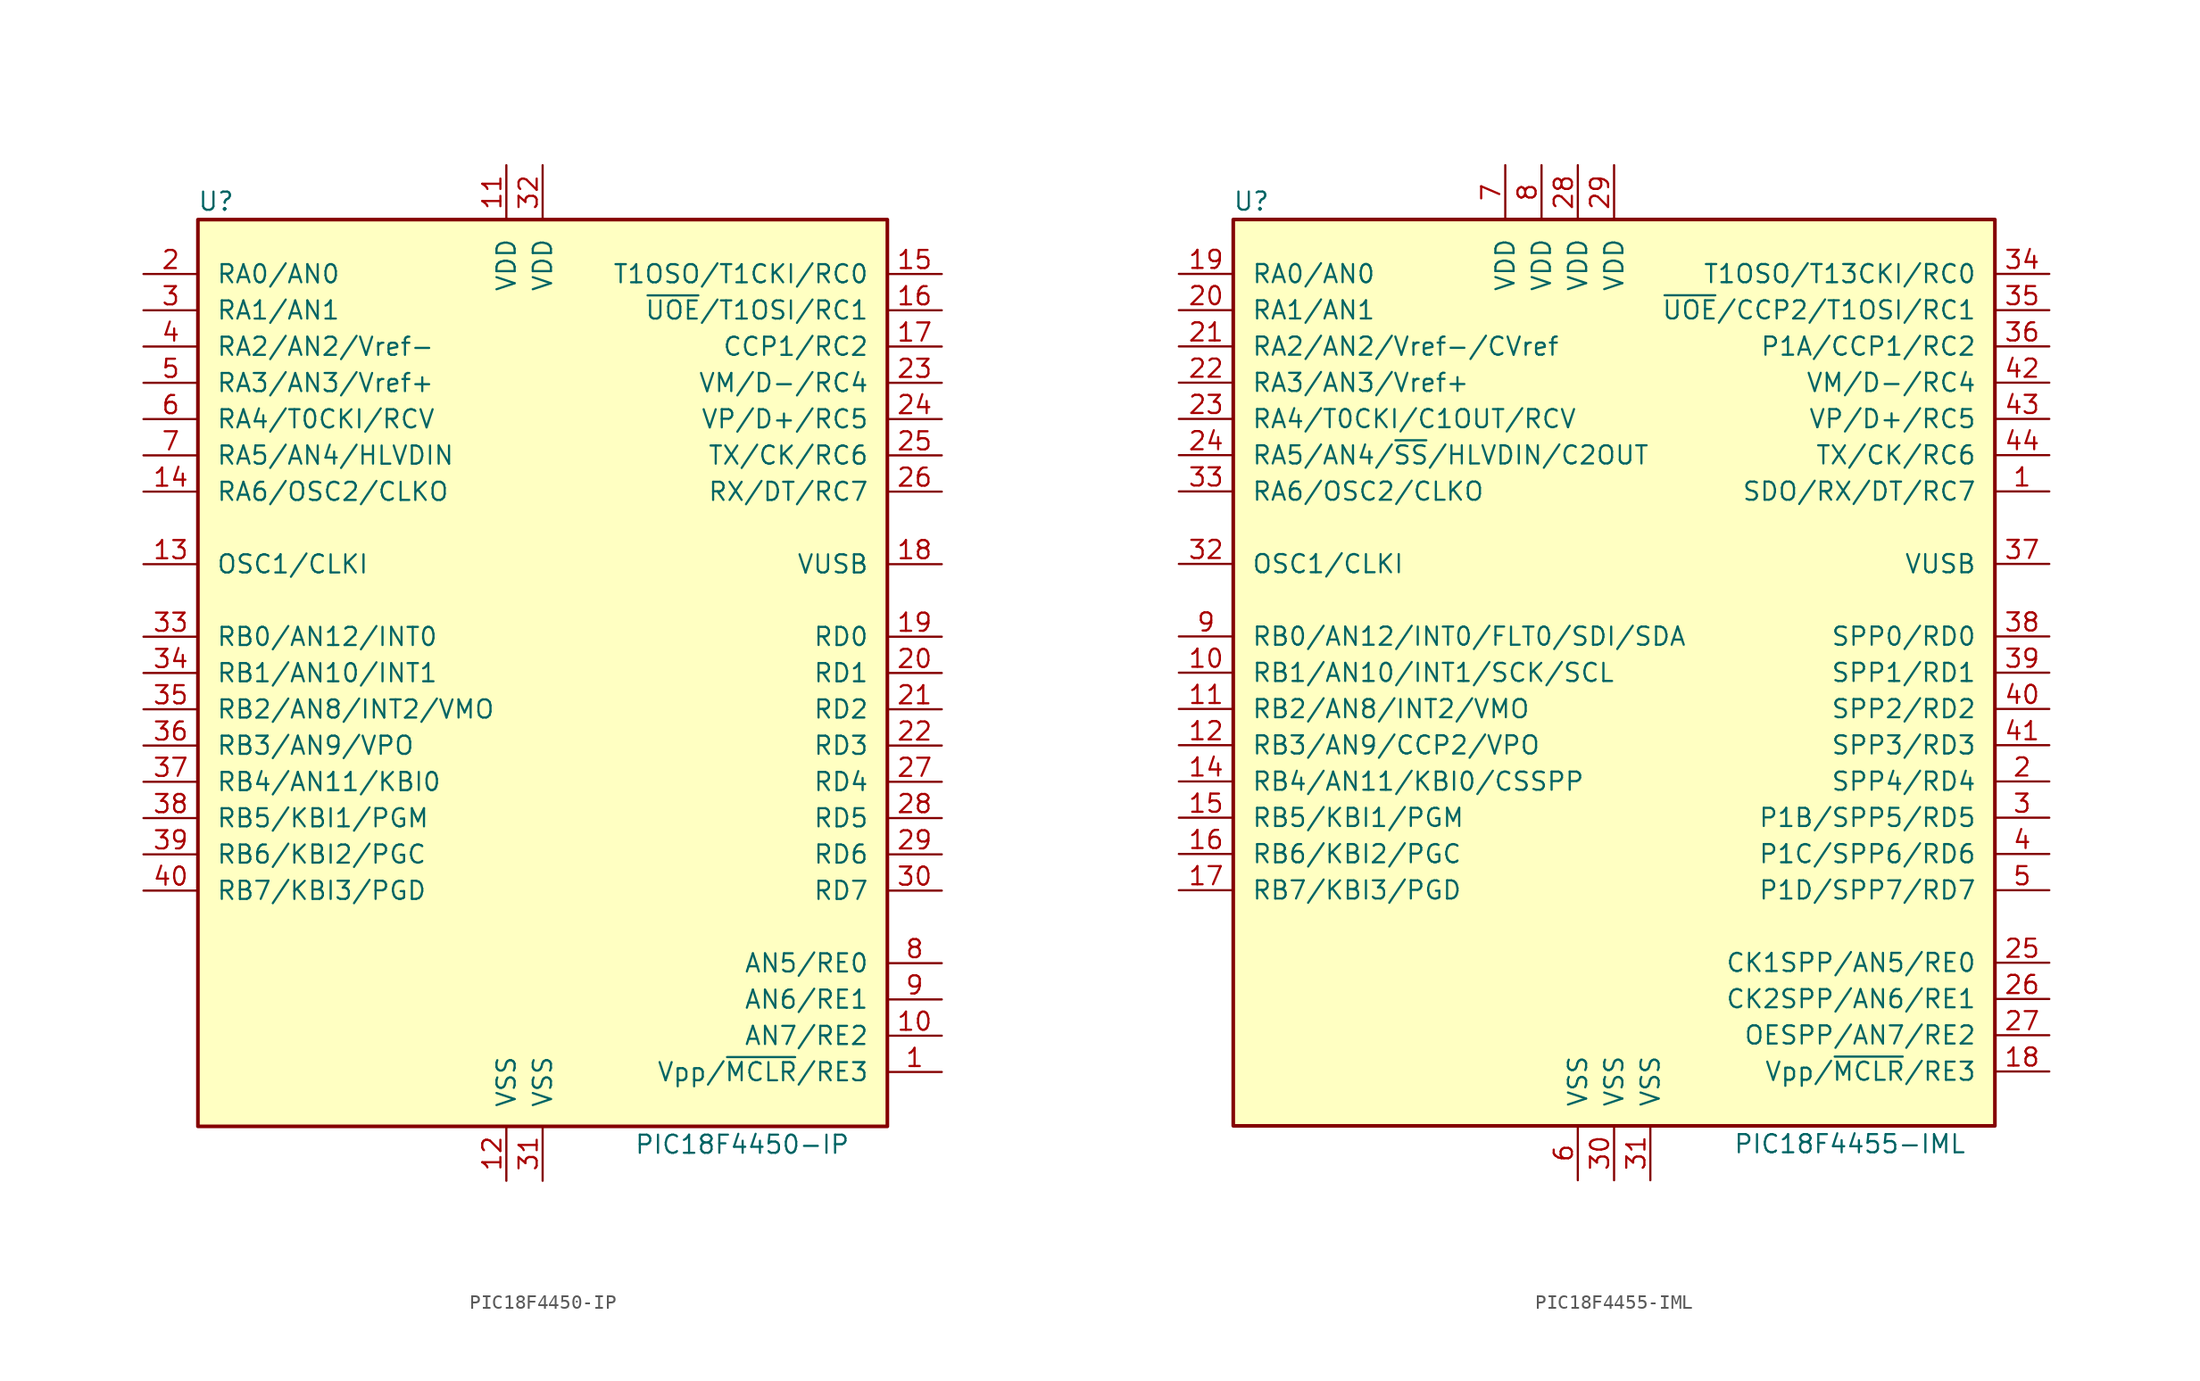
<source format=kicad_sym>
(kicad_symbol_lib
  (version 20231120)
  (generator "kicad_symbol_editor")
  (generator_version "8.0")
  (symbol "PIC18F4450-IP"
    (pin_names
      (offset 1.27))
    (property "Reference" "U"
      (at -22.86 33.02 0)
      (effects (font (size 1.27 1.27))))
    (property "Value" "PIC18F4450-IP"
      (at 13.97 -33.02 0)
      (effects (font (size 1.27 1.27))))
    (symbol "PIC18F4450-IP_0_1"
      (rectangle (start -24.13 31.75) (end 24.13 -31.75) (stroke (width 0.254) (type default)) (fill (type background))))
    (symbol "PIC18F4450-IP_1_1"
      (pin input line (at 27.94 -27.94 180) (length 3.81) (name "Vpp/~{MCLR}/RE3" (effects (font (size 1.27 1.27)))) (number "1" (effects (font (size 1.27 1.27)))))
      (pin bidirectional line (at 27.94 -25.4 180) (length 3.81) (name "AN7/RE2" (effects (font (size 1.27 1.27)))) (number "10" (effects (font (size 1.27 1.27)))))
      (pin power_in line (at -2.54 35.56 270) (length 3.81) (name "VDD" (effects (font (size 1.27 1.27)))) (number "11" (effects (font (size 1.27 1.27)))))
      (pin power_in line (at -2.54 -35.56 90) (length 3.81) (name "VSS" (effects (font (size 1.27 1.27)))) (number "12" (effects (font (size 1.27 1.27)))))
      (pin input line (at -27.94 7.62 0) (length 3.81) (name "OSC1/CLKI" (effects (font (size 1.27 1.27)))) (number "13" (effects (font (size 1.27 1.27)))))
      (pin output line (at -27.94 12.7 0) (length 3.81) (name "RA6/OSC2/CLKO" (effects (font (size 1.27 1.27)))) (number "14" (effects (font (size 1.27 1.27)))))
      (pin bidirectional line (at 27.94 27.94 180) (length 3.81) (name "T1OSO/T1CKI/RC0" (effects (font (size 1.27 1.27)))) (number "15" (effects (font (size 1.27 1.27)))))
      (pin bidirectional line (at 27.94 25.4 180) (length 3.81) (name "~{UOE}/T1OSI/RC1" (effects (font (size 1.27 1.27)))) (number "16" (effects (font (size 1.27 1.27)))))
      (pin bidirectional line (at 27.94 22.86 180) (length 3.81) (name "CCP1/RC2" (effects (font (size 1.27 1.27)))) (number "17" (effects (font (size 1.27 1.27)))))
      (pin bidirectional line (at 27.94 7.62 180) (length 3.81) (name "VUSB" (effects (font (size 1.27 1.27)))) (number "18" (effects (font (size 1.27 1.27)))))
      (pin bidirectional line (at 27.94 2.54 180) (length 3.81) (name "RD0" (effects (font (size 1.27 1.27)))) (number "19" (effects (font (size 1.27 1.27)))))
      (pin bidirectional line (at -27.94 27.94 0) (length 3.81) (name "RA0/AN0" (effects (font (size 1.27 1.27)))) (number "2" (effects (font (size 1.27 1.27)))))
      (pin bidirectional line (at 27.94 0 180) (length 3.81) (name "RD1" (effects (font (size 1.27 1.27)))) (number "20" (effects (font (size 1.27 1.27)))))
      (pin bidirectional line (at 27.94 -2.54 180) (length 3.81) (name "RD2" (effects (font (size 1.27 1.27)))) (number "21" (effects (font (size 1.27 1.27)))))
      (pin bidirectional line (at 27.94 -5.08 180) (length 3.81) (name "RD3" (effects (font (size 1.27 1.27)))) (number "22" (effects (font (size 1.27 1.27)))))
      (pin bidirectional line (at 27.94 20.32 180) (length 3.81) (name "VM/D-/RC4" (effects (font (size 1.27 1.27)))) (number "23" (effects (font (size 1.27 1.27)))))
      (pin bidirectional line (at 27.94 17.78 180) (length 3.81) (name "VP/D+/RC5" (effects (font (size 1.27 1.27)))) (number "24" (effects (font (size 1.27 1.27)))))
      (pin bidirectional line (at 27.94 15.24 180) (length 3.81) (name "TX/CK/RC6" (effects (font (size 1.27 1.27)))) (number "25" (effects (font (size 1.27 1.27)))))
      (pin bidirectional line (at 27.94 12.7 180) (length 3.81) (name "RX/DT/RC7" (effects (font (size 1.27 1.27)))) (number "26" (effects (font (size 1.27 1.27)))))
      (pin bidirectional line (at 27.94 -7.62 180) (length 3.81) (name "RD4" (effects (font (size 1.27 1.27)))) (number "27" (effects (font (size 1.27 1.27)))))
      (pin bidirectional line (at 27.94 -10.16 180) (length 3.81) (name "RD5" (effects (font (size 1.27 1.27)))) (number "28" (effects (font (size 1.27 1.27)))))
      (pin bidirectional line (at 27.94 -12.7 180) (length 3.81) (name "RD6" (effects (font (size 1.27 1.27)))) (number "29" (effects (font (size 1.27 1.27)))))
      (pin bidirectional line (at -27.94 25.4 0) (length 3.81) (name "RA1/AN1" (effects (font (size 1.27 1.27)))) (number "3" (effects (font (size 1.27 1.27)))))
      (pin bidirectional line (at 27.94 -15.24 180) (length 3.81) (name "RD7" (effects (font (size 1.27 1.27)))) (number "30" (effects (font (size 1.27 1.27)))))
      (pin power_in line (at 0 -35.56 90) (length 3.81) (name "VSS" (effects (font (size 1.27 1.27)))) (number "31" (effects (font (size 1.27 1.27)))))
      (pin power_in line (at 0 35.56 270) (length 3.81) (name "VDD" (effects (font (size 1.27 1.27)))) (number "32" (effects (font (size 1.27 1.27)))))
      (pin bidirectional line (at -27.94 2.54 0) (length 3.81) (name "RB0/AN12/INT0" (effects (font (size 1.27 1.27)))) (number "33" (effects (font (size 1.27 1.27)))))
      (pin bidirectional line (at -27.94 0 0) (length 3.81) (name "RB1/AN10/INT1" (effects (font (size 1.27 1.27)))) (number "34" (effects (font (size 1.27 1.27)))))
      (pin bidirectional line (at -27.94 -2.54 0) (length 3.81) (name "RB2/AN8/INT2/VMO" (effects (font (size 1.27 1.27)))) (number "35" (effects (font (size 1.27 1.27)))))
      (pin bidirectional line (at -27.94 -5.08 0) (length 3.81) (name "RB3/AN9/VPO" (effects (font (size 1.27 1.27)))) (number "36" (effects (font (size 1.27 1.27)))))
      (pin bidirectional line (at -27.94 -7.62 0) (length 3.81) (name "RB4/AN11/KBI0" (effects (font (size 1.27 1.27)))) (number "37" (effects (font (size 1.27 1.27)))))
      (pin bidirectional line (at -27.94 -10.16 0) (length 3.81) (name "RB5/KBI1/PGM" (effects (font (size 1.27 1.27)))) (number "38" (effects (font (size 1.27 1.27)))))
      (pin bidirectional line (at -27.94 -12.7 0) (length 3.81) (name "RB6/KBI2/PGC" (effects (font (size 1.27 1.27)))) (number "39" (effects (font (size 1.27 1.27)))))
      (pin bidirectional line (at -27.94 22.86 0) (length 3.81) (name "RA2/AN2/Vref-" (effects (font (size 1.27 1.27)))) (number "4" (effects (font (size 1.27 1.27)))))
      (pin bidirectional line (at -27.94 -15.24 0) (length 3.81) (name "RB7/KBI3/PGD" (effects (font (size 1.27 1.27)))) (number "40" (effects (font (size 1.27 1.27)))))
      (pin bidirectional line (at -27.94 20.32 0) (length 3.81) (name "RA3/AN3/Vref+" (effects (font (size 1.27 1.27)))) (number "5" (effects (font (size 1.27 1.27)))))
      (pin bidirectional line (at -27.94 17.78 0) (length 3.81) (name "RA4/T0CKI/RCV" (effects (font (size 1.27 1.27)))) (number "6" (effects (font (size 1.27 1.27)))))
      (pin bidirectional line (at -27.94 15.24 0) (length 3.81) (name "RA5/AN4/HLVDIN" (effects (font (size 1.27 1.27)))) (number "7" (effects (font (size 1.27 1.27)))))
      (pin bidirectional line (at 27.94 -20.32 180) (length 3.81) (name "AN5/RE0" (effects (font (size 1.27 1.27)))) (number "8" (effects (font (size 1.27 1.27)))))
      (pin bidirectional line (at 27.94 -22.86 180) (length 3.81) (name "AN6/RE1" (effects (font (size 1.27 1.27)))) (number "9" (effects (font (size 1.27 1.27)))))))
  (symbol "PIC18F4455-IML"
    (pin_names
      (offset 1.27))
    (property "Reference" "U"
      (at -25.4 33.02 0)
      (effects (font (size 1.27 1.27))))
    (property "Value" "PIC18F4455-IML"
      (at 16.51 -33.02 0)
      (effects (font (size 1.27 1.27))))
    (symbol "PIC18F4455-IML_0_1"
      (rectangle (start -26.67 31.75) (end 26.67 -31.75) (stroke (width 0.254) (type default)) (fill (type background))))
    (symbol "PIC18F4455-IML_1_1"
      (pin bidirectional line (at 30.48 12.7 180) (length 3.81) (name "SDO/RX/DT/RC7" (effects (font (size 1.27 1.27)))) (number "1" (effects (font (size 1.27 1.27)))))
      (pin bidirectional line (at -30.48 0 0) (length 3.81) (name "RB1/AN10/INT1/SCK/SCL" (effects (font (size 1.27 1.27)))) (number "10" (effects (font (size 1.27 1.27)))))
      (pin bidirectional line (at -30.48 -2.54 0) (length 3.81) (name "RB2/AN8/INT2/VMO" (effects (font (size 1.27 1.27)))) (number "11" (effects (font (size 1.27 1.27)))))
      (pin bidirectional line (at -30.48 -5.08 0) (length 3.81) (name "RB3/AN9/CCP2/VPO" (effects (font (size 1.27 1.27)))) (number "12" (effects (font (size 1.27 1.27)))))
      (pin no_connect line (at -7.62 -31.75 90) (length 3.81) hide (name "NC" (effects (font (size 1.27 1.27)))) (number "13" (effects (font (size 1.27 1.27)))))
      (pin bidirectional line (at -30.48 -7.62 0) (length 3.81) (name "RB4/AN11/KBI0/CSSPP" (effects (font (size 1.27 1.27)))) (number "14" (effects (font (size 1.27 1.27)))))
      (pin bidirectional line (at -30.48 -10.16 0) (length 3.81) (name "RB5/KBI1/PGM" (effects (font (size 1.27 1.27)))) (number "15" (effects (font (size 1.27 1.27)))))
      (pin bidirectional line (at -30.48 -12.7 0) (length 3.81) (name "RB6/KBI2/PGC" (effects (font (size 1.27 1.27)))) (number "16" (effects (font (size 1.27 1.27)))))
      (pin bidirectional line (at -30.48 -15.24 0) (length 3.81) (name "RB7/KBI3/PGD" (effects (font (size 1.27 1.27)))) (number "17" (effects (font (size 1.27 1.27)))))
      (pin input line (at 30.48 -27.94 180) (length 3.81) (name "Vpp/~{MCLR}/RE3" (effects (font (size 1.27 1.27)))) (number "18" (effects (font (size 1.27 1.27)))))
      (pin bidirectional line (at -30.48 27.94 0) (length 3.81) (name "RA0/AN0" (effects (font (size 1.27 1.27)))) (number "19" (effects (font (size 1.27 1.27)))))
      (pin bidirectional line (at 30.48 -7.62 180) (length 3.81) (name "SPP4/RD4" (effects (font (size 1.27 1.27)))) (number "2" (effects (font (size 1.27 1.27)))))
      (pin bidirectional line (at -30.48 25.4 0) (length 3.81) (name "RA1/AN1" (effects (font (size 1.27 1.27)))) (number "20" (effects (font (size 1.27 1.27)))))
      (pin bidirectional line (at -30.48 22.86 0) (length 3.81) (name "RA2/AN2/Vref-/CVref" (effects (font (size 1.27 1.27)))) (number "21" (effects (font (size 1.27 1.27)))))
      (pin bidirectional line (at -30.48 20.32 0) (length 3.81) (name "RA3/AN3/Vref+" (effects (font (size 1.27 1.27)))) (number "22" (effects (font (size 1.27 1.27)))))
      (pin bidirectional line (at -30.48 17.78 0) (length 3.81) (name "RA4/T0CKI/C1OUT/RCV" (effects (font (size 1.27 1.27)))) (number "23" (effects (font (size 1.27 1.27)))))
      (pin bidirectional line (at -30.48 15.24 0) (length 3.81) (name "RA5/AN4/~{SS}/HLVDIN/C2OUT" (effects (font (size 1.27 1.27)))) (number "24" (effects (font (size 1.27 1.27)))))
      (pin bidirectional line (at 30.48 -20.32 180) (length 3.81) (name "CK1SPP/AN5/RE0" (effects (font (size 1.27 1.27)))) (number "25" (effects (font (size 1.27 1.27)))))
      (pin bidirectional line (at 30.48 -22.86 180) (length 3.81) (name "CK2SPP/AN6/RE1" (effects (font (size 1.27 1.27)))) (number "26" (effects (font (size 1.27 1.27)))))
      (pin bidirectional line (at 30.48 -25.4 180) (length 3.81) (name "OESPP/AN7/RE2" (effects (font (size 1.27 1.27)))) (number "27" (effects (font (size 1.27 1.27)))))
      (pin power_in line (at -2.54 35.56 270) (length 3.81) (name "VDD" (effects (font (size 1.27 1.27)))) (number "28" (effects (font (size 1.27 1.27)))))
      (pin power_in line (at 0 35.56 270) (length 3.81) (name "VDD" (effects (font (size 1.27 1.27)))) (number "29" (effects (font (size 1.27 1.27)))))
      (pin bidirectional line (at 30.48 -10.16 180) (length 3.81) (name "P1B/SPP5/RD5" (effects (font (size 1.27 1.27)))) (number "3" (effects (font (size 1.27 1.27)))))
      (pin power_in line (at 0 -35.56 90) (length 3.81) (name "VSS" (effects (font (size 1.27 1.27)))) (number "30" (effects (font (size 1.27 1.27)))))
      (pin power_in line (at 2.54 -35.56 90) (length 3.81) (name "VSS" (effects (font (size 1.27 1.27)))) (number "31" (effects (font (size 1.27 1.27)))))
      (pin input line (at -30.48 7.62 0) (length 3.81) (name "OSC1/CLKI" (effects (font (size 1.27 1.27)))) (number "32" (effects (font (size 1.27 1.27)))))
      (pin output line (at -30.48 12.7 0) (length 3.81) (name "RA6/OSC2/CLKO" (effects (font (size 1.27 1.27)))) (number "33" (effects (font (size 1.27 1.27)))))
      (pin bidirectional line (at 30.48 27.94 180) (length 3.81) (name "T1OSO/T13CKI/RC0" (effects (font (size 1.27 1.27)))) (number "34" (effects (font (size 1.27 1.27)))))
      (pin bidirectional line (at 30.48 25.4 180) (length 3.81) (name "~{UOE}/CCP2/T1OSI/RC1" (effects (font (size 1.27 1.27)))) (number "35" (effects (font (size 1.27 1.27)))))
      (pin bidirectional line (at 30.48 22.86 180) (length 3.81) (name "P1A/CCP1/RC2" (effects (font (size 1.27 1.27)))) (number "36" (effects (font (size 1.27 1.27)))))
      (pin bidirectional line (at 30.48 7.62 180) (length 3.81) (name "VUSB" (effects (font (size 1.27 1.27)))) (number "37" (effects (font (size 1.27 1.27)))))
      (pin bidirectional line (at 30.48 2.54 180) (length 3.81) (name "SPP0/RD0" (effects (font (size 1.27 1.27)))) (number "38" (effects (font (size 1.27 1.27)))))
      (pin bidirectional line (at 30.48 0 180) (length 3.81) (name "SPP1/RD1" (effects (font (size 1.27 1.27)))) (number "39" (effects (font (size 1.27 1.27)))))
      (pin bidirectional line (at 30.48 -12.7 180) (length 3.81) (name "P1C/SPP6/RD6" (effects (font (size 1.27 1.27)))) (number "4" (effects (font (size 1.27 1.27)))))
      (pin bidirectional line (at 30.48 -2.54 180) (length 3.81) (name "SPP2/RD2" (effects (font (size 1.27 1.27)))) (number "40" (effects (font (size 1.27 1.27)))))
      (pin bidirectional line (at 30.48 -5.08 180) (length 3.81) (name "SPP3/RD3" (effects (font (size 1.27 1.27)))) (number "41" (effects (font (size 1.27 1.27)))))
      (pin bidirectional line (at 30.48 20.32 180) (length 3.81) (name "VM/D-/RC4" (effects (font (size 1.27 1.27)))) (number "42" (effects (font (size 1.27 1.27)))))
      (pin bidirectional line (at 30.48 17.78 180) (length 3.81) (name "VP/D+/RC5" (effects (font (size 1.27 1.27)))) (number "43" (effects (font (size 1.27 1.27)))))
      (pin bidirectional line (at 30.48 15.24 180) (length 3.81) (name "TX/CK/RC6" (effects (font (size 1.27 1.27)))) (number "44" (effects (font (size 1.27 1.27)))))
      (pin bidirectional line (at 30.48 -15.24 180) (length 3.81) (name "P1D/SPP7/RD7" (effects (font (size 1.27 1.27)))) (number "5" (effects (font (size 1.27 1.27)))))
      (pin power_in line (at -2.54 -35.56 90) (length 3.81) (name "VSS" (effects (font (size 1.27 1.27)))) (number "6" (effects (font (size 1.27 1.27)))))
      (pin power_in line (at -7.62 35.56 270) (length 3.81) (name "VDD" (effects (font (size 1.27 1.27)))) (number "7" (effects (font (size 1.27 1.27)))))
      (pin power_in line (at -5.08 35.56 270) (length 3.81) (name "VDD" (effects (font (size 1.27 1.27)))) (number "8" (effects (font (size 1.27 1.27)))))
      (pin bidirectional line (at -30.48 2.54 0) (length 3.81) (name "RB0/AN12/INT0/FLT0/SDI/SDA" (effects (font (size 1.27 1.27)))) (number "9" (effects (font (size 1.27 1.27))))))))
</source>
